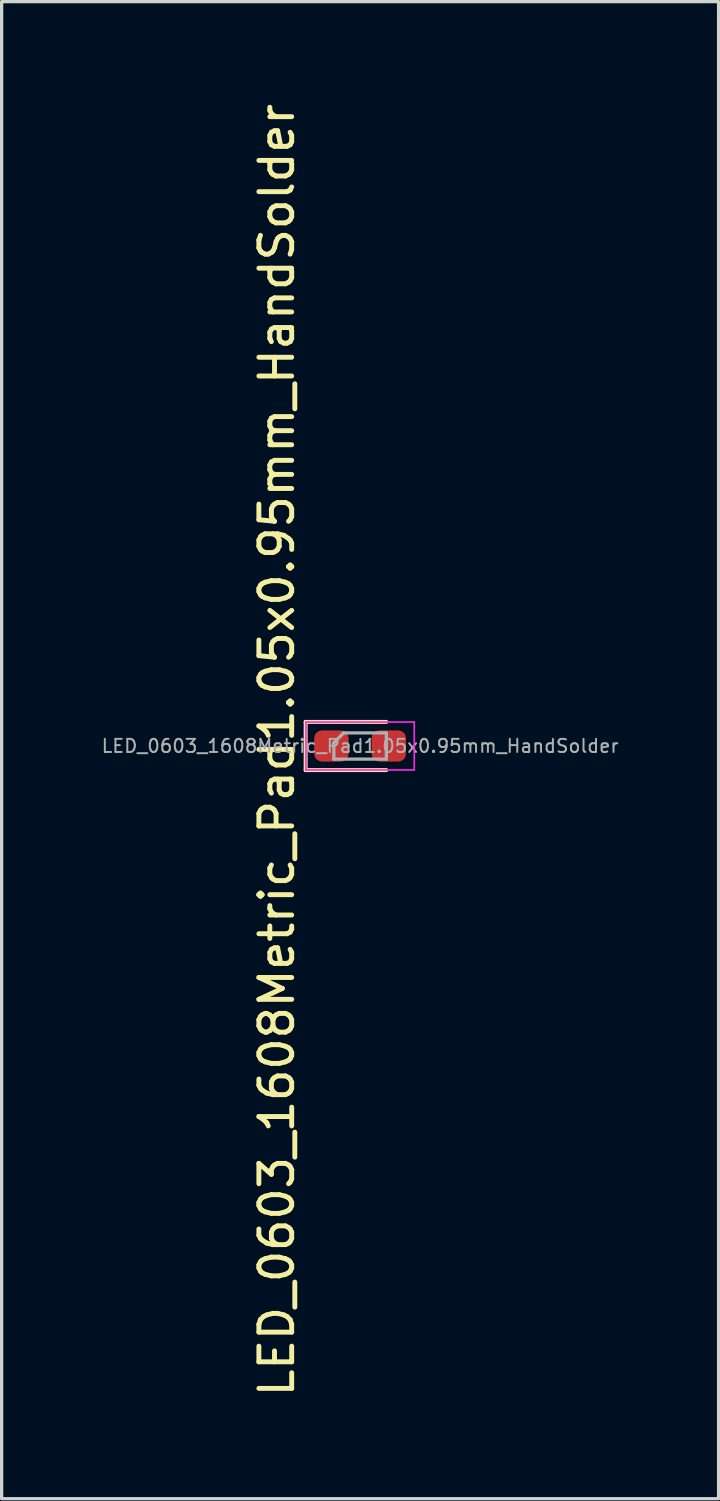
<source format=kicad_pcb>
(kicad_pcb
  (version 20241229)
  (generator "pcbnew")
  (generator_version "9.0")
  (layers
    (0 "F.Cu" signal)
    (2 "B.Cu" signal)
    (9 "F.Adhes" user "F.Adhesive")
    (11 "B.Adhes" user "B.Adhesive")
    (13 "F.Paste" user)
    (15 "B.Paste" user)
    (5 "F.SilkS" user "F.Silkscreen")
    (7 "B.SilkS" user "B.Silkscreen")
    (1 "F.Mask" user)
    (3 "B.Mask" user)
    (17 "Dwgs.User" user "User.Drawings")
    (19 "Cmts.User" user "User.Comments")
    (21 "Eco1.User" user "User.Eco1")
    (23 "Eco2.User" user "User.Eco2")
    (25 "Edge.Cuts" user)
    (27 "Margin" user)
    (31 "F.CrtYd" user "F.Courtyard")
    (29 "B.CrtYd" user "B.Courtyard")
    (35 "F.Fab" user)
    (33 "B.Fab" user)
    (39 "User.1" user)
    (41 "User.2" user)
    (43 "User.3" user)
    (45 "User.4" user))
  (footprint "LED_0603_1608Metric_Pad1.05x0.95mm_HandSolder"
    (layer "F.Cu")
    (at 7.926 19.688)
    (property "Reference" "LED_0603_1608Metric_Pad1.05x0.95mm_HandSolder" (at -2.54 0.127 90) (layer "F.SilkS") (effects (font (size 1 1) (thickness 0.15))))
    (attr smd)
    (fp_line (start -1.66 -0.735) (end -1.66 0.735) (stroke (width 0.12) (type solid)) (layer "F.SilkS"))
    (fp_line (start -1.66 0.735) (end 0.8 0.735) (stroke (width 0.12) (type solid)) (layer "F.SilkS"))
    (fp_line (start 0.8 -0.735) (end -1.66 -0.735) (stroke (width 0.12) (type solid)) (layer "F.SilkS"))
    (fp_line (start -1.65 -0.73) (end 1.65 -0.73) (stroke (width 0.05) (type solid)) (layer "F.CrtYd"))
    (fp_line (start -1.65 0.73) (end -1.65 -0.73) (stroke (width 0.05) (type solid)) (layer "F.CrtYd"))
    (fp_line (start 1.65 -0.73) (end 1.65 0.73) (stroke (width 0.05) (type solid)) (layer "F.CrtYd"))
    (fp_line (start 1.65 0.73) (end -1.65 0.73) (stroke (width 0.05) (type solid)) (layer "F.CrtYd"))
    (fp_line (start -0.8 -0.1) (end -0.8 0.4) (stroke (width 0.1) (type solid)) (layer "F.Fab"))
    (fp_line (start -0.8 0.4) (end 0.8 0.4) (stroke (width 0.1) (type solid)) (layer "F.Fab"))
    (fp_line (start -0.5 -0.4) (end -0.8 -0.1) (stroke (width 0.1) (type solid)) (layer "F.Fab"))
    (fp_line (start 0.8 -0.4) (end -0.5 -0.4) (stroke (width 0.1) (type solid)) (layer "F.Fab"))
    (fp_line (start 0.8 0.4) (end 0.8 -0.4) (stroke (width 0.1) (type solid)) (layer "F.Fab"))
    (fp_text user "${REFERENCE}" (at 0 0 0) (layer "F.Fab") (effects (font (size 0.4 0.4) (thickness 0.06))))
    (pad "1" smd roundrect (at -0.875 0) (size 1.05 0.95) (layers "F.Cu" "F.Mask" "F.Paste") (roundrect_rratio 0.25))
    (pad "2" smd roundrect (at 0.875 0) (size 1.05 0.95) (layers "F.Cu" "F.Mask" "F.Paste") (roundrect_rratio 0.25)))
  (gr_rect
    (start -3 -3)
    (end 18.852 42.631)
    (stroke (width 0.1) (type default))
    (fill no)
    (layer "Edge.Cuts")))
</source>
